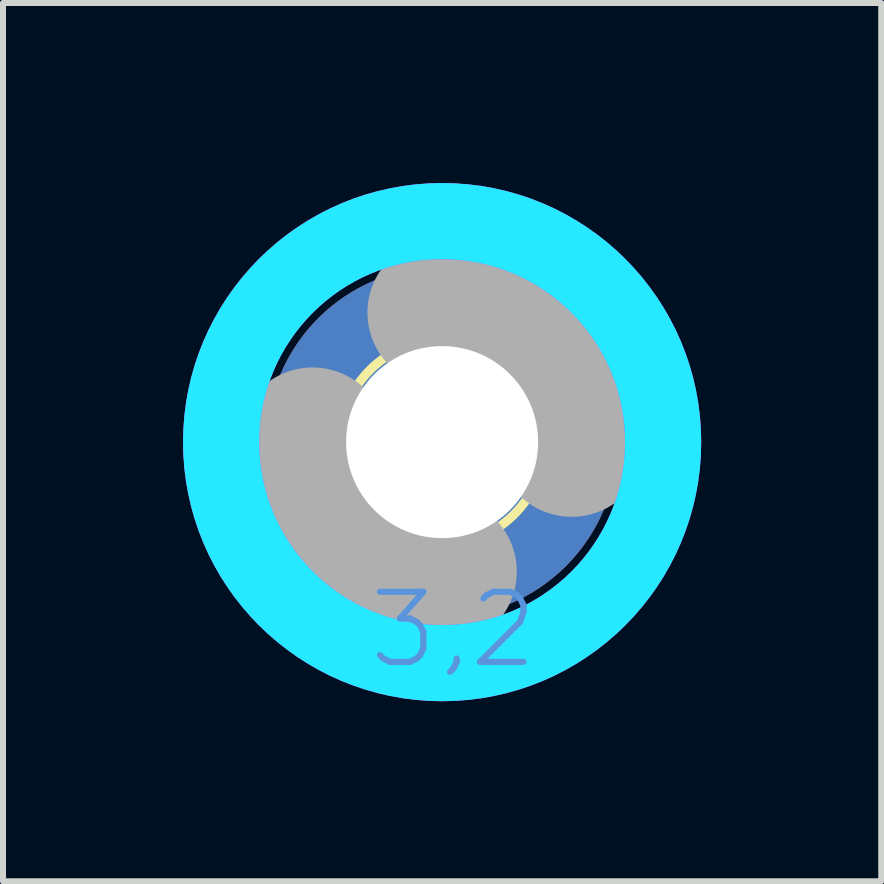
<source format=kicad_pcb>
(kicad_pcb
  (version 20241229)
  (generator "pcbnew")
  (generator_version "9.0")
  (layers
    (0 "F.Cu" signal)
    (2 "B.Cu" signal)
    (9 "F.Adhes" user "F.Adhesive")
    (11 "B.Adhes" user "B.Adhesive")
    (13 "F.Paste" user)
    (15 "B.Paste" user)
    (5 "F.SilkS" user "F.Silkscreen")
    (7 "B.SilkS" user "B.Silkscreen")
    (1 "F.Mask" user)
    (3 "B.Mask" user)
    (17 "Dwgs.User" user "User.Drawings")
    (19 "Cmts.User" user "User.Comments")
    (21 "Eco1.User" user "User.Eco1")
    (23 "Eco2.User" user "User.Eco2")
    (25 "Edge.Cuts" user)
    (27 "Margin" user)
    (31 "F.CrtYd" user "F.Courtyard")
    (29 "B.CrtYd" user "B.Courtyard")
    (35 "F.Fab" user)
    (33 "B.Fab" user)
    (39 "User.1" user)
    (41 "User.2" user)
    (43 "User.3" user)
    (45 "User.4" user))
  (footprint "footprint"
    (layer "F.Cu")
    (at 4.318 4.318)
    (property "Reference" "footprint" (at 0 0 0) (layer "F.SilkS") (effects (font (size 1.27 1.27) (thickness 0.15))))
    (fp_circle (center 0 0) (end 1.7 0) (stroke (width 0.152) (type solid)) (fill no) (layer "F.SilkS"))
    (fp_circle (center 0 0) (end 3.429 0) (stroke (width 0.152) (type solid)) (fill no) (layer "F.SilkS"))
    (fp_circle (center 0 0) (end 3.683 0) (stroke (width 1.27) (type solid)) (fill no) (layer "B.CrtYd"))
    (fp_circle (center 0 0) (end 3.683 0) (stroke (width 1.27) (type solid)) (fill no) (layer "F.CrtYd"))
    (fp_arc (start 0 -2.159) (mid 1.526644 -1.526644) (end 2.159 0) (stroke (width 2.4892) (type solid)) (layer "F.Fab"))
    (fp_arc (start 0 2.159) (mid -1.526644 1.526644) (end -2.159 0) (stroke (width 2.4892) (type solid)) (layer "F.Fab"))
    (fp_circle (center 0 0) (end 0.762 0) (stroke (width 0.457) (type solid)) (fill no) (layer "F.Fab"))
    (fp_text user "3,2" (at -1.27 3.81 0) (layer "Cmts.User") (effects (font (size 1.168 1.168) (thickness 0.102)) (justify left bottom)))
    (pad "B3,2" thru_hole circle (at 0 0) (size 5.842 5.842) (drill 3.2) (layers "*.Cu" "*.Mask"))
    (zone (net_name "") (layers "F.Cu" "B.Cu") (hatch edge 0.508) (connect_pads) (min_thickness 0.254) (filled_areas_thickness no) (keepout (tracks allowed) (vias not_allowed) (pads allowed) (copperpour allowed) (footprints allowed)) (placement (enabled no)) (fill) (polygon (pts (xy 8.382 4.318) (xy 8.32 3.612) (xy 8.137 2.928) (xy 7.838 2.286) (xy 7.431 1.706) (xy 6.93 1.205) (xy 6.35 0.798) (xy 5.708 0.499) (xy 5.024 0.316) (xy 4.318 0.254) (xy 3.612 0.316) (xy 2.928 0.499) (xy 2.286 0.798) (xy 1.706 1.205) (xy 1.205 1.706) (xy 0.798 2.286) (xy 0.499 2.928) (xy 0.316 3.612) (xy 0.254 4.318) (xy 0.316 5.024) (xy 0.499 5.708) (xy 0.798 6.35) (xy 1.205 6.93) (xy 1.706 7.431) (xy 2.286 7.838) (xy 2.928 8.137) (xy 3.612 8.32) (xy 4.318 8.382) (xy 5.024 8.32) (xy 5.708 8.137) (xy 6.35 7.838) (xy 6.93 7.431) (xy 7.431 6.93) (xy 7.838 6.35) (xy 8.137 5.708) (xy 8.32 5.024))) (polygon (pts (xy 7.366 4.318) (xy 7.32 3.789) (xy 7.182 3.276) (xy 6.958 2.794) (xy 6.653 2.359) (xy 6.277 1.983) (xy 5.842 1.678) (xy 5.36 1.454) (xy 4.847 1.316) (xy 4.318 1.27) (xy 3.789 1.316) (xy 3.276 1.454) (xy 2.794 1.678) (xy 2.359 1.983) (xy 1.983 2.359) (xy 1.678 2.794) (xy 1.454 3.276) (xy 1.316 3.789) (xy 1.27 4.318) (xy 1.316 4.847) (xy 1.454 5.36) (xy 1.678 5.842) (xy 1.983 6.277) (xy 2.359 6.653) (xy 2.794 6.958) (xy 3.276 7.182) (xy 3.789 7.32) (xy 4.318 7.366) (xy 4.847 7.32) (xy 5.36 7.182) (xy 5.842 6.958) (xy 6.277 6.653) (xy 6.653 6.277) (xy 6.958 5.842) (xy 7.182 5.36) (xy 7.32 4.847)))))
  (gr_rect
    (start -3 -3)
    (end 11.636 11.636)
    (stroke (width 0.1) (type default))
    (fill no)
    (layer "Edge.Cuts")))
</source>
